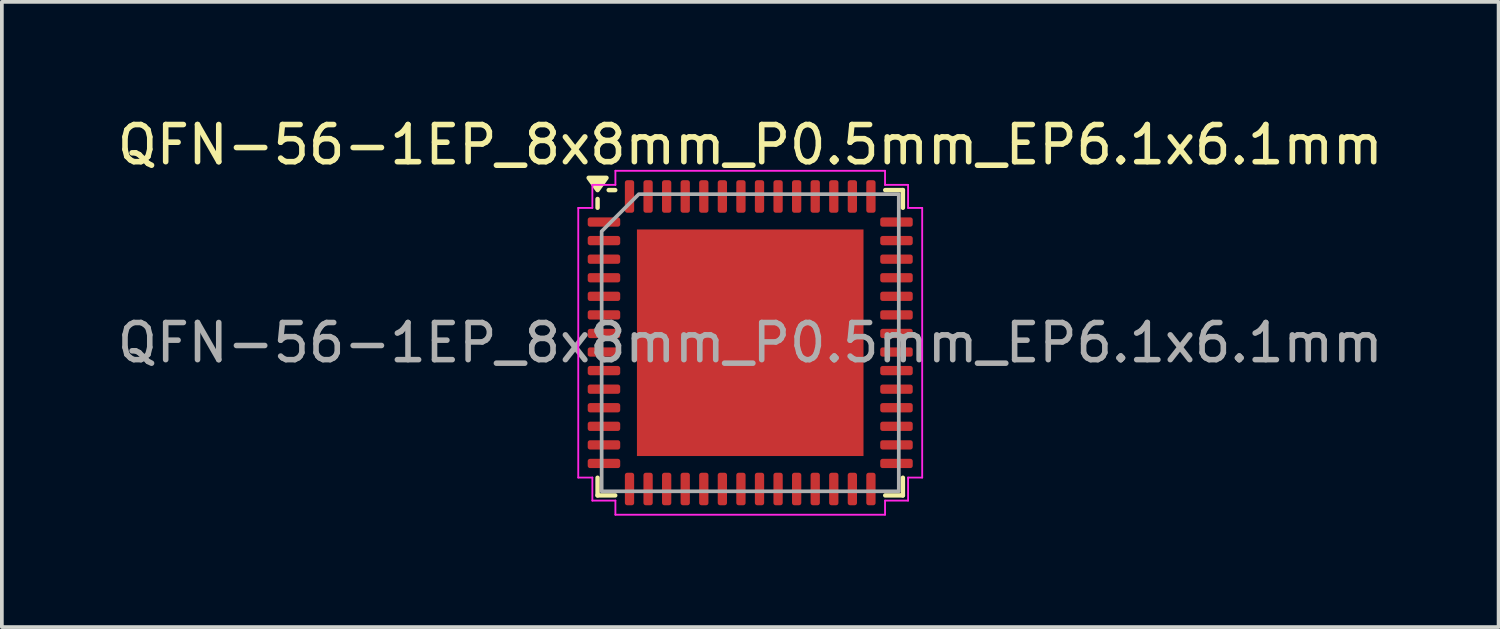
<source format=kicad_pcb>
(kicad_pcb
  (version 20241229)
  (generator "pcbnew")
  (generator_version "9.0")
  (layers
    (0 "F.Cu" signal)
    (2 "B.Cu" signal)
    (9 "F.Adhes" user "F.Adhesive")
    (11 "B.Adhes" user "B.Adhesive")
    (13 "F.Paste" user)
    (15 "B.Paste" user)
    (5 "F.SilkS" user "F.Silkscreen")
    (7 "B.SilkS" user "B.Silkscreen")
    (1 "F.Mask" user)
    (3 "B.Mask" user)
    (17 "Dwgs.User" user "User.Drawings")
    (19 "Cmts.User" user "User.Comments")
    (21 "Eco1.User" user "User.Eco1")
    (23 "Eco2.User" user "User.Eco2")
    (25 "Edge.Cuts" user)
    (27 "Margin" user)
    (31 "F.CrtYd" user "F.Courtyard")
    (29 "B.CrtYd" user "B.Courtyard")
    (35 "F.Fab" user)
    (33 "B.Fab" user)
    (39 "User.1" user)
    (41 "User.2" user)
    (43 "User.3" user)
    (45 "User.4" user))
  (footprint "QFN-56-1EP_8x8mm_P0.5mm_EP6.1x6.1mm"
    (layer "F.Cu")
    (at 17.149 6.178)
    (property "Reference" "QFN-56-1EP_8x8mm_P0.5mm_EP6.1x6.1mm" (at 0 -5.33 0) (layer "F.SilkS") (effects (font (size 1 1) (thickness 0.15))))
    (attr smd)
    (fp_line (start -4.11 -3.635) (end -4.11 -3.87) (stroke (width 0.12) (type solid)) (layer "F.SilkS"))
    (fp_line (start -4.11 4.11) (end -4.11 3.635) (stroke (width 0.12) (type solid)) (layer "F.SilkS"))
    (fp_line (start -3.635 -4.11) (end -3.81 -4.11) (stroke (width 0.12) (type solid)) (layer "F.SilkS"))
    (fp_line (start -3.635 4.11) (end -4.11 4.11) (stroke (width 0.12) (type solid)) (layer "F.SilkS"))
    (fp_line (start 3.635 -4.11) (end 4.11 -4.11) (stroke (width 0.12) (type solid)) (layer "F.SilkS"))
    (fp_line (start 3.635 4.11) (end 4.11 4.11) (stroke (width 0.12) (type solid)) (layer "F.SilkS"))
    (fp_line (start 4.11 -4.11) (end 4.11 -3.635) (stroke (width 0.12) (type solid)) (layer "F.SilkS"))
    (fp_line (start 4.11 4.11) (end 4.11 3.635) (stroke (width 0.12) (type solid)) (layer "F.SilkS"))
    (fp_poly (pts (xy -4.11 -4.11) (xy -4.35 -4.44) (xy -3.87 -4.44)) (stroke (width 0.12) (type solid)) (fill yes) (layer "F.SilkS"))
    (fp_line (start -4.63 -3.63) (end -4.25 -3.63) (stroke (width 0.05) (type solid)) (layer "F.CrtYd"))
    (fp_line (start -4.63 3.63) (end -4.63 -3.63) (stroke (width 0.05) (type solid)) (layer "F.CrtYd"))
    (fp_line (start -4.25 -4.25) (end -3.63 -4.25) (stroke (width 0.05) (type solid)) (layer "F.CrtYd"))
    (fp_line (start -4.25 -3.63) (end -4.25 -4.25) (stroke (width 0.05) (type solid)) (layer "F.CrtYd"))
    (fp_line (start -4.25 3.63) (end -4.63 3.63) (stroke (width 0.05) (type solid)) (layer "F.CrtYd"))
    (fp_line (start -4.25 4.25) (end -4.25 3.63) (stroke (width 0.05) (type solid)) (layer "F.CrtYd"))
    (fp_line (start -3.63 -4.63) (end 3.63 -4.63) (stroke (width 0.05) (type solid)) (layer "F.CrtYd"))
    (fp_line (start -3.63 -4.25) (end -3.63 -4.63) (stroke (width 0.05) (type solid)) (layer "F.CrtYd"))
    (fp_line (start -3.63 4.25) (end -4.25 4.25) (stroke (width 0.05) (type solid)) (layer "F.CrtYd"))
    (fp_line (start -3.63 4.63) (end -3.63 4.25) (stroke (width 0.05) (type solid)) (layer "F.CrtYd"))
    (fp_line (start 3.63 -4.63) (end 3.63 -4.25) (stroke (width 0.05) (type solid)) (layer "F.CrtYd"))
    (fp_line (start 3.63 -4.25) (end 4.25 -4.25) (stroke (width 0.05) (type solid)) (layer "F.CrtYd"))
    (fp_line (start 3.63 4.25) (end 3.63 4.63) (stroke (width 0.05) (type solid)) (layer "F.CrtYd"))
    (fp_line (start 3.63 4.63) (end -3.63 4.63) (stroke (width 0.05) (type solid)) (layer "F.CrtYd"))
    (fp_line (start 4.25 -4.25) (end 4.25 -3.63) (stroke (width 0.05) (type solid)) (layer "F.CrtYd"))
    (fp_line (start 4.25 -3.63) (end 4.63 -3.63) (stroke (width 0.05) (type solid)) (layer "F.CrtYd"))
    (fp_line (start 4.25 3.63) (end 4.25 4.25) (stroke (width 0.05) (type solid)) (layer "F.CrtYd"))
    (fp_line (start 4.25 4.25) (end 3.63 4.25) (stroke (width 0.05) (type solid)) (layer "F.CrtYd"))
    (fp_line (start 4.63 -3.63) (end 4.63 3.63) (stroke (width 0.05) (type solid)) (layer "F.CrtYd"))
    (fp_line (start 4.63 3.63) (end 4.25 3.63) (stroke (width 0.05) (type solid)) (layer "F.CrtYd"))
    (fp_poly (pts (xy -4 -3) (xy -4 4) (xy 4 4) (xy 4 -4) (xy -3 -4)) (stroke (width 0.1) (type solid)) (fill no) (layer "F.Fab"))
    (fp_text user "${REFERENCE}" (at 0 0 0) (layer "F.Fab") (effects (font (size 1 1) (thickness 0.15))))
    (pad "" smd roundrect (at -2.28 -2.28) (size 1.23 1.23) (layers "F.Paste") (roundrect_rratio 0.203))
    (pad "" smd roundrect (at -2.28 -0.76) (size 1.23 1.23) (layers "F.Paste") (roundrect_rratio 0.203))
    (pad "" smd roundrect (at -2.28 0.76) (size 1.23 1.23) (layers "F.Paste") (roundrect_rratio 0.203))
    (pad "" smd roundrect (at -2.28 2.28) (size 1.23 1.23) (layers "F.Paste") (roundrect_rratio 0.203))
    (pad "" smd roundrect (at -0.76 -2.28) (size 1.23 1.23) (layers "F.Paste") (roundrect_rratio 0.203))
    (pad "" smd roundrect (at -0.76 -0.76) (size 1.23 1.23) (layers "F.Paste") (roundrect_rratio 0.203))
    (pad "" smd roundrect (at -0.76 0.76) (size 1.23 1.23) (layers "F.Paste") (roundrect_rratio 0.203))
    (pad "" smd roundrect (at -0.76 2.28) (size 1.23 1.23) (layers "F.Paste") (roundrect_rratio 0.203))
    (pad "" smd roundrect (at 0.76 -2.28) (size 1.23 1.23) (layers "F.Paste") (roundrect_rratio 0.203))
    (pad "" smd roundrect (at 0.76 -0.76) (size 1.23 1.23) (layers "F.Paste") (roundrect_rratio 0.203))
    (pad "" smd roundrect (at 0.76 0.76) (size 1.23 1.23) (layers "F.Paste") (roundrect_rratio 0.203))
    (pad "" smd roundrect (at 0.76 2.28) (size 1.23 1.23) (layers "F.Paste") (roundrect_rratio 0.203))
    (pad "" smd roundrect (at 2.28 -2.28) (size 1.23 1.23) (layers "F.Paste") (roundrect_rratio 0.203))
    (pad "" smd roundrect (at 2.28 -0.76) (size 1.23 1.23) (layers "F.Paste") (roundrect_rratio 0.203))
    (pad "" smd roundrect (at 2.28 0.76) (size 1.23 1.23) (layers "F.Paste") (roundrect_rratio 0.203))
    (pad "" smd roundrect (at 2.28 2.28) (size 1.23 1.23) (layers "F.Paste") (roundrect_rratio 0.203))
    (pad "1" smd roundrect (at -3.938 -3.25) (size 0.875 0.25) (layers "F.Cu" "F.Mask" "F.Paste") (roundrect_rratio 0.25))
    (pad "2" smd roundrect (at -3.938 -2.75) (size 0.875 0.25) (layers "F.Cu" "F.Mask" "F.Paste") (roundrect_rratio 0.25))
    (pad "3" smd roundrect (at -3.938 -2.25) (size 0.875 0.25) (layers "F.Cu" "F.Mask" "F.Paste") (roundrect_rratio 0.25))
    (pad "4" smd roundrect (at -3.938 -1.75) (size 0.875 0.25) (layers "F.Cu" "F.Mask" "F.Paste") (roundrect_rratio 0.25))
    (pad "5" smd roundrect (at -3.938 -1.25) (size 0.875 0.25) (layers "F.Cu" "F.Mask" "F.Paste") (roundrect_rratio 0.25))
    (pad "6" smd roundrect (at -3.938 -0.75) (size 0.875 0.25) (layers "F.Cu" "F.Mask" "F.Paste") (roundrect_rratio 0.25))
    (pad "7" smd roundrect (at -3.938 -0.25) (size 0.875 0.25) (layers "F.Cu" "F.Mask" "F.Paste") (roundrect_rratio 0.25))
    (pad "8" smd roundrect (at -3.938 0.25) (size 0.875 0.25) (layers "F.Cu" "F.Mask" "F.Paste") (roundrect_rratio 0.25))
    (pad "9" smd roundrect (at -3.938 0.75) (size 0.875 0.25) (layers "F.Cu" "F.Mask" "F.Paste") (roundrect_rratio 0.25))
    (pad "10" smd roundrect (at -3.938 1.25) (size 0.875 0.25) (layers "F.Cu" "F.Mask" "F.Paste") (roundrect_rratio 0.25))
    (pad "11" smd roundrect (at -3.938 1.75) (size 0.875 0.25) (layers "F.Cu" "F.Mask" "F.Paste") (roundrect_rratio 0.25))
    (pad "12" smd roundrect (at -3.938 2.25) (size 0.875 0.25) (layers "F.Cu" "F.Mask" "F.Paste") (roundrect_rratio 0.25))
    (pad "13" smd roundrect (at -3.938 2.75) (size 0.875 0.25) (layers "F.Cu" "F.Mask" "F.Paste") (roundrect_rratio 0.25))
    (pad "14" smd roundrect (at -3.938 3.25) (size 0.875 0.25) (layers "F.Cu" "F.Mask" "F.Paste") (roundrect_rratio 0.25))
    (pad "15" smd roundrect (at -3.25 3.938) (size 0.25 0.875) (layers "F.Cu" "F.Mask" "F.Paste") (roundrect_rratio 0.25))
    (pad "16" smd roundrect (at -2.75 3.938) (size 0.25 0.875) (layers "F.Cu" "F.Mask" "F.Paste") (roundrect_rratio 0.25))
    (pad "17" smd roundrect (at -2.25 3.938) (size 0.25 0.875) (layers "F.Cu" "F.Mask" "F.Paste") (roundrect_rratio 0.25))
    (pad "18" smd roundrect (at -1.75 3.938) (size 0.25 0.875) (layers "F.Cu" "F.Mask" "F.Paste") (roundrect_rratio 0.25))
    (pad "19" smd roundrect (at -1.25 3.938) (size 0.25 0.875) (layers "F.Cu" "F.Mask" "F.Paste") (roundrect_rratio 0.25))
    (pad "20" smd roundrect (at -0.75 3.938) (size 0.25 0.875) (layers "F.Cu" "F.Mask" "F.Paste") (roundrect_rratio 0.25))
    (pad "21" smd roundrect (at -0.25 3.938) (size 0.25 0.875) (layers "F.Cu" "F.Mask" "F.Paste") (roundrect_rratio 0.25))
    (pad "22" smd roundrect (at 0.25 3.938) (size 0.25 0.875) (layers "F.Cu" "F.Mask" "F.Paste") (roundrect_rratio 0.25))
    (pad "23" smd roundrect (at 0.75 3.938) (size 0.25 0.875) (layers "F.Cu" "F.Mask" "F.Paste") (roundrect_rratio 0.25))
    (pad "24" smd roundrect (at 1.25 3.938) (size 0.25 0.875) (layers "F.Cu" "F.Mask" "F.Paste") (roundrect_rratio 0.25))
    (pad "25" smd roundrect (at 1.75 3.938) (size 0.25 0.875) (layers "F.Cu" "F.Mask" "F.Paste") (roundrect_rratio 0.25))
    (pad "26" smd roundrect (at 2.25 3.938) (size 0.25 0.875) (layers "F.Cu" "F.Mask" "F.Paste") (roundrect_rratio 0.25))
    (pad "27" smd roundrect (at 2.75 3.938) (size 0.25 0.875) (layers "F.Cu" "F.Mask" "F.Paste") (roundrect_rratio 0.25))
    (pad "28" smd roundrect (at 3.25 3.938) (size 0.25 0.875) (layers "F.Cu" "F.Mask" "F.Paste") (roundrect_rratio 0.25))
    (pad "29" smd roundrect (at 3.938 3.25) (size 0.875 0.25) (layers "F.Cu" "F.Mask" "F.Paste") (roundrect_rratio 0.25))
    (pad "30" smd roundrect (at 3.938 2.75) (size 0.875 0.25) (layers "F.Cu" "F.Mask" "F.Paste") (roundrect_rratio 0.25))
    (pad "31" smd roundrect (at 3.938 2.25) (size 0.875 0.25) (layers "F.Cu" "F.Mask" "F.Paste") (roundrect_rratio 0.25))
    (pad "32" smd roundrect (at 3.938 1.75) (size 0.875 0.25) (layers "F.Cu" "F.Mask" "F.Paste") (roundrect_rratio 0.25))
    (pad "33" smd roundrect (at 3.938 1.25) (size 0.875 0.25) (layers "F.Cu" "F.Mask" "F.Paste") (roundrect_rratio 0.25))
    (pad "34" smd roundrect (at 3.938 0.75) (size 0.875 0.25) (layers "F.Cu" "F.Mask" "F.Paste") (roundrect_rratio 0.25))
    (pad "35" smd roundrect (at 3.938 0.25) (size 0.875 0.25) (layers "F.Cu" "F.Mask" "F.Paste") (roundrect_rratio 0.25))
    (pad "36" smd roundrect (at 3.938 -0.25) (size 0.875 0.25) (layers "F.Cu" "F.Mask" "F.Paste") (roundrect_rratio 0.25))
    (pad "37" smd roundrect (at 3.938 -0.75) (size 0.875 0.25) (layers "F.Cu" "F.Mask" "F.Paste") (roundrect_rratio 0.25))
    (pad "38" smd roundrect (at 3.938 -1.25) (size 0.875 0.25) (layers "F.Cu" "F.Mask" "F.Paste") (roundrect_rratio 0.25))
    (pad "39" smd roundrect (at 3.938 -1.75) (size 0.875 0.25) (layers "F.Cu" "F.Mask" "F.Paste") (roundrect_rratio 0.25))
    (pad "40" smd roundrect (at 3.938 -2.25) (size 0.875 0.25) (layers "F.Cu" "F.Mask" "F.Paste") (roundrect_rratio 0.25))
    (pad "41" smd roundrect (at 3.938 -2.75) (size 0.875 0.25) (layers "F.Cu" "F.Mask" "F.Paste") (roundrect_rratio 0.25))
    (pad "42" smd roundrect (at 3.938 -3.25) (size 0.875 0.25) (layers "F.Cu" "F.Mask" "F.Paste") (roundrect_rratio 0.25))
    (pad "43" smd roundrect (at 3.25 -3.938) (size 0.25 0.875) (layers "F.Cu" "F.Mask" "F.Paste") (roundrect_rratio 0.25))
    (pad "44" smd roundrect (at 2.75 -3.938) (size 0.25 0.875) (layers "F.Cu" "F.Mask" "F.Paste") (roundrect_rratio 0.25))
    (pad "45" smd roundrect (at 2.25 -3.938) (size 0.25 0.875) (layers "F.Cu" "F.Mask" "F.Paste") (roundrect_rratio 0.25))
    (pad "46" smd roundrect (at 1.75 -3.938) (size 0.25 0.875) (layers "F.Cu" "F.Mask" "F.Paste") (roundrect_rratio 0.25))
    (pad "47" smd roundrect (at 1.25 -3.938) (size 0.25 0.875) (layers "F.Cu" "F.Mask" "F.Paste") (roundrect_rratio 0.25))
    (pad "48" smd roundrect (at 0.75 -3.938) (size 0.25 0.875) (layers "F.Cu" "F.Mask" "F.Paste") (roundrect_rratio 0.25))
    (pad "49" smd roundrect (at 0.25 -3.938) (size 0.25 0.875) (layers "F.Cu" "F.Mask" "F.Paste") (roundrect_rratio 0.25))
    (pad "50" smd roundrect (at -0.25 -3.938) (size 0.25 0.875) (layers "F.Cu" "F.Mask" "F.Paste") (roundrect_rratio 0.25))
    (pad "51" smd roundrect (at -0.75 -3.938) (size 0.25 0.875) (layers "F.Cu" "F.Mask" "F.Paste") (roundrect_rratio 0.25))
    (pad "52" smd roundrect (at -1.25 -3.938) (size 0.25 0.875) (layers "F.Cu" "F.Mask" "F.Paste") (roundrect_rratio 0.25))
    (pad "53" smd roundrect (at -1.75 -3.938) (size 0.25 0.875) (layers "F.Cu" "F.Mask" "F.Paste") (roundrect_rratio 0.25))
    (pad "54" smd roundrect (at -2.25 -3.938) (size 0.25 0.875) (layers "F.Cu" "F.Mask" "F.Paste") (roundrect_rratio 0.25))
    (pad "55" smd roundrect (at -2.75 -3.938) (size 0.25 0.875) (layers "F.Cu" "F.Mask" "F.Paste") (roundrect_rratio 0.25))
    (pad "56" smd roundrect (at -3.25 -3.938) (size 0.25 0.875) (layers "F.Cu" "F.Mask" "F.Paste") (roundrect_rratio 0.25))
    (pad "57" smd rect (at 0 0) (size 6.1 6.1) (property pad_prop_heatsink) (layers "F.Cu" "F.Mask")))
  (gr_rect
    (start -3 -3)
    (end 37.298 13.833)
    (stroke (width 0.1) (type default))
    (fill no)
    (layer "Edge.Cuts")))
</source>
